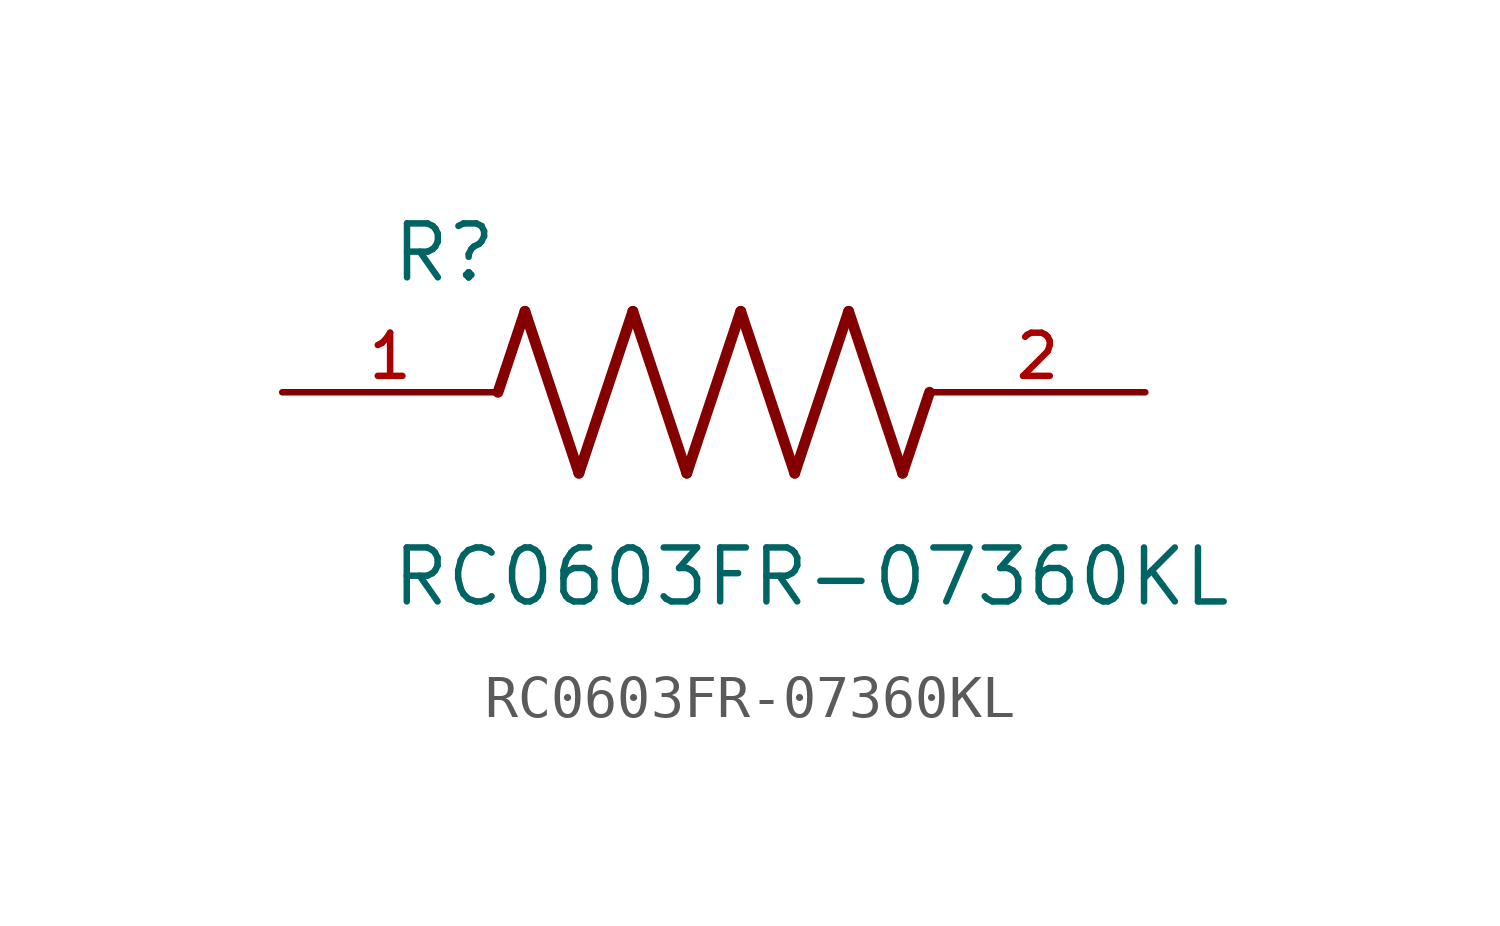
<source format=kicad_sym>
(kicad_symbol_lib
  (version 20241209)
  (generator "kicad_symbol_editor")
  (generator_version "9.0")
  (symbol "RC0603FR-07360KL"
    (pin_names
      (offset 1.016))
    (property "Reference" "R"
      (at -7.624 2.542 0)
      (effects (font (size 1.27 1.27)) (justify left bottom)))
    (property "Value" "RC0603FR-07360KL"
      (at -7.63 -5.087 0)
      (effects (font (size 1.27 1.27)) (justify left bottom)))
    (symbol "RC0603FR-07360KL_0_0"
      (polyline (pts (xy -5.08 0) (xy -4.445 1.905)) (stroke (width 0.254) (type default)) (fill (type none)))
      (polyline (pts (xy -4.445 1.905) (xy -3.175 -1.905)) (stroke (width 0.254) (type default)) (fill (type none)))
      (polyline (pts (xy -3.175 -1.905) (xy -1.905 1.905)) (stroke (width 0.254) (type default)) (fill (type none)))
      (polyline (pts (xy -1.905 1.905) (xy -0.635 -1.905)) (stroke (width 0.254) (type default)) (fill (type none)))
      (polyline (pts (xy -0.635 -1.905) (xy 0.635 1.905)) (stroke (width 0.254) (type default)) (fill (type none)))
      (polyline (pts (xy 0.635 1.905) (xy 1.905 -1.905)) (stroke (width 0.254) (type default)) (fill (type none)))
      (polyline (pts (xy 1.905 -1.905) (xy 3.175 1.905)) (stroke (width 0.254) (type default)) (fill (type none)))
      (polyline (pts (xy 3.175 1.905) (xy 4.445 -1.905)) (stroke (width 0.254) (type default)) (fill (type none)))
      (polyline (pts (xy 4.445 -1.905) (xy 5.08 0)) (stroke (width 0.254) (type default)) (fill (type none)))
      (pin passive line (at -10.16 0 0) (length 5.08) (name "~" (effects (font (size 1.016 1.016)))) (number "1" (effects (font (size 1.016 1.016)))))
      (pin passive line (at 10.16 0 180) (length 5.08) (name "~" (effects (font (size 1.016 1.016)))) (number "2" (effects (font (size 1.016 1.016))))))))
</source>
